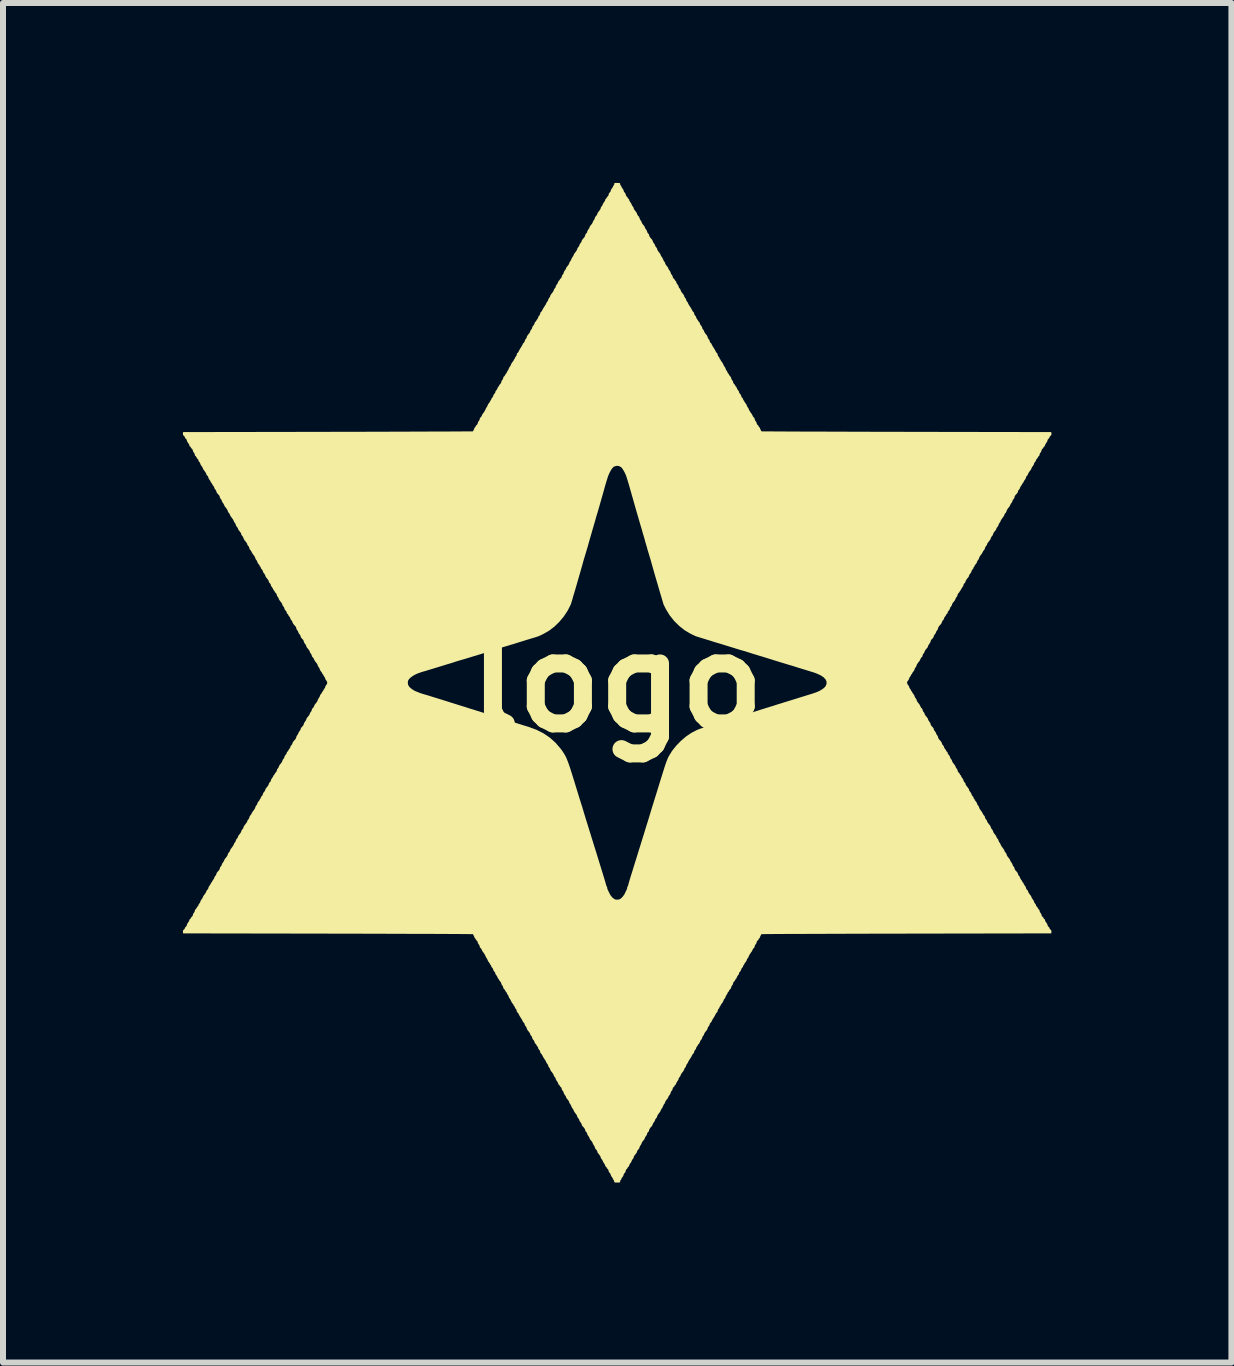
<source format=kicad_pcb>
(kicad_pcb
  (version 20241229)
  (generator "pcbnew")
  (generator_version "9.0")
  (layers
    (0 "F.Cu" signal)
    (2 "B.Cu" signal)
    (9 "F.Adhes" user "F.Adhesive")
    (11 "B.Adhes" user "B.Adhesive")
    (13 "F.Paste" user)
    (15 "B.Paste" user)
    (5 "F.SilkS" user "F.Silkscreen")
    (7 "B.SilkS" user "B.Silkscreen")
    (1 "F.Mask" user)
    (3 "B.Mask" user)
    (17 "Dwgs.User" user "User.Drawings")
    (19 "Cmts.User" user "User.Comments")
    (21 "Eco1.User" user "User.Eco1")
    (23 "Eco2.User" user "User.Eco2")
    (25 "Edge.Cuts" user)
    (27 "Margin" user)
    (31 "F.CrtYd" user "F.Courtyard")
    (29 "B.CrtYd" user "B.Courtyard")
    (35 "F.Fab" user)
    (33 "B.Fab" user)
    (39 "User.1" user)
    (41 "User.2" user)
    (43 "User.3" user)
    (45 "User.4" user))
  (footprint "logo"
    (layer "F.Cu")
    (at 7.24 8.333)
    (property "Reference" "logo" (at 0 0 0) (layer "F.SilkS") (effects (font (size 1.5 1.5) (thickness 0.3))))
    (attr board_only exclude_from_pos_files exclude_from_bom)
    (fp_poly (pts (xy 0.028 -8.333) (xy 0.043 -8.33) (xy 0.049 -8.324) (xy 0.05 -8.313) (xy 0.05 -8.312) (xy 0.053 -8.297) (xy 0.058 -8.292) (xy 0.066 -8.285) (xy 0.067 -8.28) (xy 0.072 -8.266) (xy 0.084 -8.247) (xy 0.087 -8.243) (xy 0.101 -8.223) (xy 0.108 -8.204) (xy 0.108 -8.201) (xy 0.115 -8.183) (xy 0.125 -8.173) (xy 0.138 -8.156) (xy 0.142 -8.142) (xy 0.148 -8.12) (xy 0.158 -8.108) (xy 0.171 -8.095) (xy 0.175 -8.085) (xy 0.182 -8.073) (xy 0.188 -8.07) (xy 0.198 -8.058) (xy 0.2 -8.05) (xy 0.205 -8.034) (xy 0.218 -8.014) (xy 0.221 -8.01) (xy 0.234 -7.99) (xy 0.241 -7.974) (xy 0.242 -7.972) (xy 0.248 -7.956) (xy 0.258 -7.944) (xy 0.271 -7.927) (xy 0.275 -7.914) (xy 0.277 -7.903) (xy 0.285 -7.889) (xy 0.3 -7.868) (xy 0.324 -7.837) (xy 0.325 -7.835) (xy 0.33 -7.826) (xy 0.329 -7.825) (xy 0.329 -7.819) (xy 0.337 -7.804) (xy 0.339 -7.8) (xy 0.35 -7.783) (xy 0.359 -7.775) (xy 0.359 -7.775) (xy 0.365 -7.768) (xy 0.371 -7.751) (xy 0.38 -7.726) (xy 0.392 -7.708) (xy 0.404 -7.69) (xy 0.408 -7.676) (xy 0.414 -7.662) (xy 0.427 -7.643) (xy 0.436 -7.633) (xy 0.451 -7.614) (xy 0.46 -7.599) (xy 0.461 -7.594) (xy 0.464 -7.583) (xy 0.475 -7.565) (xy 0.479 -7.56) (xy 0.493 -7.54) (xy 0.5 -7.521) (xy 0.5 -7.518) (xy 0.507 -7.5) (xy 0.517 -7.49) (xy 0.53 -7.474) (xy 0.533 -7.46) (xy 0.539 -7.441) (xy 0.552 -7.421) (xy 0.574 -7.397) (xy 0.586 -7.381) (xy 0.591 -7.37) (xy 0.592 -7.363) (xy 0.597 -7.35) (xy 0.609 -7.331) (xy 0.613 -7.327) (xy 0.626 -7.307) (xy 0.633 -7.291) (xy 0.633 -7.288) (xy 0.639 -7.273) (xy 0.65 -7.261) (xy 0.663 -7.243) (xy 0.667 -7.229) (xy 0.672 -7.213) (xy 0.686 -7.191) (xy 0.696 -7.179) (xy 0.712 -7.158) (xy 0.723 -7.14) (xy 0.725 -7.133) (xy 0.73 -7.117) (xy 0.74 -7.104) (xy 0.754 -7.084) (xy 0.765 -7.06) (xy 0.775 -7.037) (xy 0.787 -7.02) (xy 0.787 -7.02) (xy 0.798 -7.003) (xy 0.8 -6.993) (xy 0.805 -6.978) (xy 0.819 -6.958) (xy 0.827 -6.948) (xy 0.843 -6.929) (xy 0.851 -6.915) (xy 0.852 -6.91) (xy 0.855 -6.899) (xy 0.866 -6.882) (xy 0.87 -6.877) (xy 0.884 -6.857) (xy 0.891 -6.838) (xy 0.892 -6.836) (xy 0.898 -6.818) (xy 0.908 -6.804) (xy 0.921 -6.786) (xy 0.925 -6.77) (xy 0.932 -6.75) (xy 0.942 -6.74) (xy 0.955 -6.727) (xy 0.958 -6.719) (xy 0.965 -6.706) (xy 0.971 -6.703) (xy 0.982 -6.692) (xy 0.983 -6.683) (xy 0.988 -6.667) (xy 1.001 -6.647) (xy 1.004 -6.643) (xy 1.018 -6.623) (xy 1.025 -6.605) (xy 1.025 -6.603) (xy 1.031 -6.586) (xy 1.042 -6.573) (xy 1.054 -6.556) (xy 1.058 -6.543) (xy 1.064 -6.529) (xy 1.077 -6.508) (xy 1.087 -6.495) (xy 1.104 -6.474) (xy 1.115 -6.455) (xy 1.117 -6.448) (xy 1.122 -6.431) (xy 1.133 -6.417) (xy 1.146 -6.399) (xy 1.15 -6.385) (xy 1.155 -6.368) (xy 1.167 -6.352) (xy 1.179 -6.336) (xy 1.183 -6.324) (xy 1.188 -6.313) (xy 1.2 -6.293) (xy 1.211 -6.276) (xy 1.229 -6.249) (xy 1.243 -6.223) (xy 1.249 -6.211) (xy 1.26 -6.192) (xy 1.271 -6.18) (xy 1.272 -6.18) (xy 1.281 -6.169) (xy 1.283 -6.156) (xy 1.289 -6.135) (xy 1.3 -6.121) (xy 1.313 -6.105) (xy 1.317 -6.092) (xy 1.322 -6.076) (xy 1.332 -6.062) (xy 1.345 -6.044) (xy 1.352 -6.031) (xy 1.36 -6.019) (xy 1.365 -6.017) (xy 1.372 -6.009) (xy 1.378 -5.992) (xy 1.378 -5.992) (xy 1.387 -5.969) (xy 1.4 -5.952) (xy 1.413 -5.935) (xy 1.417 -5.92) (xy 1.423 -5.901) (xy 1.433 -5.888) (xy 1.446 -5.871) (xy 1.45 -5.858) (xy 1.455 -5.844) (xy 1.469 -5.824) (xy 1.479 -5.811) (xy 1.496 -5.79) (xy 1.506 -5.77) (xy 1.508 -5.762) (xy 1.514 -5.743) (xy 1.525 -5.729) (xy 1.538 -5.711) (xy 1.542 -5.696) (xy 1.548 -5.678) (xy 1.558 -5.667) (xy 1.571 -5.654) (xy 1.575 -5.645) (xy 1.579 -5.633) (xy 1.591 -5.613) (xy 1.602 -5.594) (xy 1.62 -5.567) (xy 1.635 -5.54) (xy 1.641 -5.527) (xy 1.651 -5.508) (xy 1.663 -5.497) (xy 1.663 -5.497) (xy 1.672 -5.486) (xy 1.675 -5.471) (xy 1.681 -5.449) (xy 1.692 -5.436) (xy 1.704 -5.419) (xy 1.708 -5.406) (xy 1.712 -5.394) (xy 1.717 -5.392) (xy 1.724 -5.385) (xy 1.725 -5.38) (xy 1.73 -5.367) (xy 1.743 -5.35) (xy 1.745 -5.348) (xy 1.76 -5.327) (xy 1.769 -5.307) (xy 1.77 -5.306) (xy 1.779 -5.285) (xy 1.791 -5.267) (xy 1.804 -5.249) (xy 1.808 -5.235) (xy 1.813 -5.221) (xy 1.825 -5.202) (xy 1.825 -5.202) (xy 1.837 -5.184) (xy 1.842 -5.17) (xy 1.842 -5.17) (xy 1.846 -5.159) (xy 1.849 -5.158) (xy 1.857 -5.151) (xy 1.866 -5.135) (xy 1.866 -5.134) (xy 1.877 -5.115) (xy 1.888 -5.105) (xy 1.897 -5.094) (xy 1.9 -5.081) (xy 1.906 -5.06) (xy 1.917 -5.046) (xy 1.929 -5.027) (xy 1.933 -5.012) (xy 1.94 -4.992) (xy 1.949 -4.982) (xy 1.964 -4.965) (xy 1.97 -4.952) (xy 1.978 -4.938) (xy 1.984 -4.933) (xy 1.99 -4.928) (xy 1.99 -4.927) (xy 1.993 -4.915) (xy 2.002 -4.896) (xy 2.015 -4.877) (xy 2.022 -4.868) (xy 2.032 -4.851) (xy 2.033 -4.841) (xy 2.039 -4.825) (xy 2.046 -4.82) (xy 2.056 -4.809) (xy 2.065 -4.789) (xy 2.067 -4.783) (xy 2.075 -4.762) (xy 2.085 -4.748) (xy 2.088 -4.747) (xy 2.098 -4.736) (xy 2.1 -4.725) (xy 2.103 -4.712) (xy 2.108 -4.708) (xy 2.116 -4.702) (xy 2.117 -4.697) (xy 2.122 -4.684) (xy 2.135 -4.666) (xy 2.136 -4.664) (xy 2.152 -4.643) (xy 2.161 -4.622) (xy 2.161 -4.622) (xy 2.17 -4.601) (xy 2.179 -4.589) (xy 2.189 -4.574) (xy 2.192 -4.566) (xy 2.196 -4.554) (xy 2.207 -4.534) (xy 2.22 -4.512) (xy 2.234 -4.493) (xy 2.242 -4.483) (xy 2.248 -4.473) (xy 2.257 -4.455) (xy 2.257 -4.453) (xy 2.268 -4.433) (xy 2.279 -4.422) (xy 2.28 -4.422) (xy 2.289 -4.411) (xy 2.292 -4.397) (xy 2.298 -4.377) (xy 2.308 -4.362) (xy 2.321 -4.344) (xy 2.325 -4.328) (xy 2.332 -4.308) (xy 2.342 -4.298) (xy 2.355 -4.286) (xy 2.358 -4.278) (xy 2.364 -4.265) (xy 2.371 -4.259) (xy 2.38 -4.248) (xy 2.381 -4.243) (xy 2.384 -4.233) (xy 2.392 -4.216) (xy 2.401 -4.199) (xy 2.406 -4.192) (xy 2.415 -4.191) (xy 2.439 -4.191) (xy 2.479 -4.191) (xy 2.534 -4.19) (xy 2.602 -4.19) (xy 2.684 -4.189) (xy 2.779 -4.189) (xy 2.886 -4.188) (xy 3.004 -4.188) (xy 3.133 -4.187) (xy 3.272 -4.187) (xy 3.421 -4.187) (xy 3.578 -4.186) (xy 3.743 -4.186) (xy 3.916 -4.185) (xy 4.096 -4.185) (xy 4.282 -4.184) (xy 4.473 -4.184) (xy 4.669 -4.184) (xy 4.824 -4.183) (xy 7.237 -4.179) (xy 7.24 -4.153) (xy 7.239 -4.131) (xy 7.227 -4.118) (xy 7.225 -4.117) (xy 7.212 -4.104) (xy 7.208 -4.093) (xy 7.202 -4.078) (xy 7.192 -4.069) (xy 7.178 -4.053) (xy 7.175 -4.041) (xy 7.17 -4.023) (xy 7.157 -4.002) (xy 7.154 -3.998) (xy 7.141 -3.979) (xy 7.134 -3.961) (xy 7.133 -3.959) (xy 7.127 -3.943) (xy 7.121 -3.939) (xy 7.11 -3.929) (xy 7.108 -3.923) (xy 7.102 -3.911) (xy 7.092 -3.902) (xy 7.078 -3.886) (xy 7.075 -3.872) (xy 7.069 -3.852) (xy 7.058 -3.837) (xy 7.046 -3.819) (xy 7.042 -3.803) (xy 7.039 -3.788) (xy 7.035 -3.783) (xy 7.027 -3.777) (xy 7.015 -3.76) (xy 7.012 -3.754) (xy 7.001 -3.736) (xy 6.991 -3.726) (xy 6.99 -3.725) (xy 6.984 -3.718) (xy 6.983 -3.71) (xy 6.977 -3.694) (xy 6.967 -3.681) (xy 6.954 -3.665) (xy 6.95 -3.651) (xy 6.945 -3.635) (xy 6.932 -3.615) (xy 6.929 -3.612) (xy 6.916 -3.593) (xy 6.909 -3.578) (xy 6.908 -3.576) (xy 6.903 -3.563) (xy 6.891 -3.543) (xy 6.879 -3.529) (xy 6.863 -3.506) (xy 6.852 -3.486) (xy 6.85 -3.478) (xy 6.843 -3.461) (xy 6.833 -3.452) (xy 6.82 -3.437) (xy 6.817 -3.424) (xy 6.811 -3.406) (xy 6.799 -3.385) (xy 6.796 -3.382) (xy 6.782 -3.363) (xy 6.775 -3.347) (xy 6.775 -3.345) (xy 6.771 -3.335) (xy 6.767 -3.333) (xy 6.759 -3.326) (xy 6.754 -3.315) (xy 6.743 -3.295) (xy 6.732 -3.28) (xy 6.721 -3.263) (xy 6.717 -3.25) (xy 6.711 -3.234) (xy 6.7 -3.221) (xy 6.687 -3.204) (xy 6.683 -3.19) (xy 6.678 -3.173) (xy 6.666 -3.156) (xy 6.649 -3.138) (xy 6.637 -3.124) (xy 6.627 -3.106) (xy 6.625 -3.094) (xy 6.619 -3.076) (xy 6.608 -3.062) (xy 6.596 -3.046) (xy 6.592 -3.033) (xy 6.586 -3.017) (xy 6.575 -3) (xy 6.561 -2.98) (xy 6.553 -2.964) (xy 6.546 -2.946) (xy 6.541 -2.938) (xy 6.531 -2.926) (xy 6.516 -2.908) (xy 6.513 -2.903) (xy 6.499 -2.882) (xy 6.492 -2.864) (xy 6.492 -2.861) (xy 6.486 -2.844) (xy 6.475 -2.831) (xy 6.462 -2.816) (xy 6.458 -2.804) (xy 6.453 -2.791) (xy 6.441 -2.77) (xy 6.425 -2.749) (xy 6.408 -2.725) (xy 6.396 -2.705) (xy 6.392 -2.695) (xy 6.386 -2.68) (xy 6.375 -2.665) (xy 6.363 -2.646) (xy 6.358 -2.631) (xy 6.352 -2.614) (xy 6.342 -2.601) (xy 6.328 -2.584) (xy 6.323 -2.571) (xy 6.316 -2.551) (xy 6.308 -2.541) (xy 6.282 -2.508) (xy 6.268 -2.483) (xy 6.267 -2.475) (xy 6.261 -2.459) (xy 6.251 -2.447) (xy 6.236 -2.427) (xy 6.23 -2.411) (xy 6.223 -2.391) (xy 6.216 -2.381) (xy 6.192 -2.35) (xy 6.177 -2.33) (xy 6.169 -2.317) (xy 6.167 -2.308) (xy 6.167 -2.306) (xy 6.161 -2.292) (xy 6.15 -2.279) (xy 6.137 -2.261) (xy 6.133 -2.246) (xy 6.127 -2.226) (xy 6.117 -2.213) (xy 6.102 -2.194) (xy 6.095 -2.18) (xy 6.087 -2.164) (xy 6.072 -2.141) (xy 6.061 -2.128) (xy 6.045 -2.105) (xy 6.035 -2.085) (xy 6.033 -2.077) (xy 6.027 -2.059) (xy 6.017 -2.046) (xy 6.004 -2.029) (xy 6 -2.016) (xy 5.995 -2) (xy 5.981 -1.981) (xy 5.979 -1.978) (xy 5.965 -1.961) (xy 5.958 -1.946) (xy 5.958 -1.945) (xy 5.953 -1.934) (xy 5.95 -1.933) (xy 5.943 -1.926) (xy 5.942 -1.919) (xy 5.936 -1.902) (xy 5.925 -1.889) (xy 5.912 -1.873) (xy 5.908 -1.86) (xy 5.903 -1.843) (xy 5.89 -1.824) (xy 5.888 -1.822) (xy 5.874 -1.803) (xy 5.867 -1.788) (xy 5.867 -1.787) (xy 5.862 -1.769) (xy 5.858 -1.764) (xy 5.834 -1.734) (xy 5.819 -1.713) (xy 5.811 -1.698) (xy 5.808 -1.688) (xy 5.808 -1.686) (xy 5.802 -1.67) (xy 5.792 -1.66) (xy 5.778 -1.645) (xy 5.775 -1.632) (xy 5.77 -1.615) (xy 5.757 -1.594) (xy 5.754 -1.59) (xy 5.741 -1.571) (xy 5.734 -1.556) (xy 5.733 -1.554) (xy 5.729 -1.543) (xy 5.726 -1.542) (xy 5.717 -1.535) (xy 5.712 -1.523) (xy 5.7 -1.503) (xy 5.69 -1.493) (xy 5.678 -1.477) (xy 5.675 -1.463) (xy 5.669 -1.443) (xy 5.658 -1.429) (xy 5.646 -1.413) (xy 5.642 -1.399) (xy 5.636 -1.385) (xy 5.623 -1.364) (xy 5.613 -1.353) (xy 5.596 -1.331) (xy 5.585 -1.312) (xy 5.583 -1.304) (xy 5.577 -1.286) (xy 5.567 -1.273) (xy 5.554 -1.256) (xy 5.55 -1.243) (xy 5.545 -1.227) (xy 5.532 -1.207) (xy 5.529 -1.203) (xy 5.515 -1.185) (xy 5.509 -1.173) (xy 5.509 -1.161) (xy 5.503 -1.153) (xy 5.497 -1.148) (xy 5.485 -1.137) (xy 5.483 -1.13) (xy 5.478 -1.117) (xy 5.467 -1.104) (xy 5.454 -1.087) (xy 5.45 -1.073) (xy 5.444 -1.055) (xy 5.433 -1.043) (xy 5.42 -1.026) (xy 5.414 -1.012) (xy 5.411 -0.999) (xy 5.403 -0.985) (xy 5.387 -0.966) (xy 5.369 -0.946) (xy 5.356 -0.927) (xy 5.35 -0.908) (xy 5.35 -0.908) (xy 5.345 -0.89) (xy 5.333 -0.873) (xy 5.321 -0.856) (xy 5.317 -0.843) (xy 5.312 -0.83) (xy 5.299 -0.811) (xy 5.295 -0.806) (xy 5.283 -0.788) (xy 5.277 -0.775) (xy 5.277 -0.772) (xy 5.277 -0.766) (xy 5.273 -0.757) (xy 5.261 -0.742) (xy 5.239 -0.718) (xy 5.237 -0.716) (xy 5.227 -0.698) (xy 5.225 -0.688) (xy 5.22 -0.672) (xy 5.207 -0.652) (xy 5.204 -0.648) (xy 5.191 -0.629) (xy 5.184 -0.614) (xy 5.183 -0.612) (xy 5.178 -0.594) (xy 5.175 -0.589) (xy 5.15 -0.559) (xy 5.135 -0.539) (xy 5.127 -0.526) (xy 5.125 -0.516) (xy 5.125 -0.516) (xy 5.119 -0.501) (xy 5.108 -0.487) (xy 5.096 -0.469) (xy 5.092 -0.453) (xy 5.087 -0.436) (xy 5.08 -0.428) (xy 5.069 -0.418) (xy 5.058 -0.399) (xy 5.057 -0.397) (xy 5.048 -0.377) (xy 5.04 -0.363) (xy 5.04 -0.362) (xy 5.031 -0.351) (xy 5.016 -0.333) (xy 5.013 -0.328) (xy 4.999 -0.308) (xy 4.992 -0.291) (xy 4.992 -0.288) (xy 4.986 -0.272) (xy 4.975 -0.256) (xy 4.963 -0.238) (xy 4.958 -0.224) (xy 4.953 -0.208) (xy 4.94 -0.189) (xy 4.938 -0.187) (xy 4.924 -0.169) (xy 4.917 -0.154) (xy 4.917 -0.153) (xy 4.912 -0.143) (xy 4.908 -0.142) (xy 4.901 -0.135) (xy 4.9 -0.13) (xy 4.895 -0.116) (xy 4.883 -0.1) (xy 4.871 -0.082) (xy 4.867 -0.067) (xy 4.861 -0.051) (xy 4.85 -0.037) (xy 4.837 -0.018) (xy 4.833 -0.000001) (xy 4.839 0.023) (xy 4.85 0.037) (xy 4.863 0.054) (xy 4.867 0.067) (xy 4.872 0.083) (xy 4.883 0.1) (xy 4.895 0.117) (xy 4.9 0.13) (xy 4.905 0.141) (xy 4.908 0.142) (xy 4.916 0.148) (xy 4.917 0.153) (xy 4.922 0.166) (xy 4.935 0.184) (xy 4.938 0.187) (xy 4.951 0.206) (xy 4.958 0.222) (xy 4.958 0.224) (xy 4.964 0.24) (xy 4.975 0.256) (xy 4.987 0.274) (xy 4.992 0.288) (xy 4.997 0.303) (xy 5.009 0.323) (xy 5.013 0.328) (xy 5.028 0.347) (xy 5.039 0.361) (xy 5.04 0.362) (xy 5.047 0.376) (xy 5.057 0.396) (xy 5.057 0.397) (xy 5.068 0.417) (xy 5.079 0.428) (xy 5.08 0.428) (xy 5.089 0.439) (xy 5.092 0.453) (xy 5.098 0.473) (xy 5.108 0.487) (xy 5.121 0.504) (xy 5.125 0.516) (xy 5.127 0.525) (xy 5.135 0.539) (xy 5.15 0.559) (xy 5.174 0.589) (xy 5.175 0.589) (xy 5.183 0.606) (xy 5.183 0.612) (xy 5.188 0.625) (xy 5.201 0.644) (xy 5.204 0.648) (xy 5.218 0.668) (xy 5.225 0.686) (xy 5.225 0.688) (xy 5.23 0.706) (xy 5.237 0.716) (xy 5.259 0.74) (xy 5.272 0.756) (xy 5.277 0.765) (xy 5.277 0.772) (xy 5.277 0.772) (xy 5.28 0.784) (xy 5.291 0.801) (xy 5.295 0.806) (xy 5.309 0.825) (xy 5.316 0.841) (xy 5.317 0.843) (xy 5.322 0.858) (xy 5.333 0.873) (xy 5.346 0.892) (xy 5.35 0.908) (xy 5.355 0.927) (xy 5.369 0.946) (xy 5.369 0.946) (xy 5.392 0.971) (xy 5.405 0.989) (xy 5.412 1.002) (xy 5.414 1.012) (xy 5.422 1.031) (xy 5.433 1.043) (xy 5.446 1.06) (xy 5.45 1.073) (xy 5.456 1.091) (xy 5.467 1.104) (xy 5.479 1.119) (xy 5.483 1.13) (xy 5.49 1.143) (xy 5.497 1.148) (xy 5.507 1.157) (xy 5.509 1.161) (xy 5.509 1.174) (xy 5.515 1.186) (xy 5.529 1.203) (xy 5.543 1.223) (xy 5.55 1.241) (xy 5.55 1.243) (xy 5.556 1.26) (xy 5.567 1.273) (xy 5.579 1.29) (xy 5.583 1.304) (xy 5.589 1.32) (xy 5.603 1.341) (xy 5.613 1.353) (xy 5.629 1.374) (xy 5.64 1.392) (xy 5.642 1.399) (xy 5.648 1.416) (xy 5.658 1.429) (xy 5.671 1.448) (xy 5.675 1.463) (xy 5.681 1.483) (xy 5.69 1.493) (xy 5.706 1.51) (xy 5.712 1.523) (xy 5.719 1.537) (xy 5.726 1.542) (xy 5.733 1.548) (xy 5.733 1.554) (xy 5.738 1.567) (xy 5.751 1.586) (xy 5.754 1.59) (xy 5.768 1.611) (xy 5.775 1.63) (xy 5.775 1.632) (xy 5.782 1.65) (xy 5.792 1.66) (xy 5.805 1.675) (xy 5.808 1.686) (xy 5.81 1.697) (xy 5.817 1.71) (xy 5.832 1.73) (xy 5.855 1.76) (xy 5.858 1.764) (xy 5.866 1.781) (xy 5.867 1.787) (xy 5.872 1.801) (xy 5.885 1.819) (xy 5.888 1.822) (xy 5.901 1.841) (xy 5.908 1.858) (xy 5.908 1.86) (xy 5.914 1.877) (xy 5.925 1.889) (xy 5.938 1.906) (xy 5.942 1.919) (xy 5.946 1.931) (xy 5.95 1.933) (xy 5.958 1.94) (xy 5.958 1.945) (xy 5.964 1.958) (xy 5.977 1.976) (xy 5.979 1.978) (xy 5.993 1.997) (xy 6 2.014) (xy 6 2.016) (xy 6.006 2.032) (xy 6.017 2.046) (xy 6.029 2.063) (xy 6.033 2.077) (xy 6.038 2.092) (xy 6.051 2.114) (xy 6.061 2.128) (xy 6.079 2.151) (xy 6.091 2.172) (xy 6.095 2.18) (xy 6.105 2.2) (xy 6.117 2.213) (xy 6.13 2.231) (xy 6.133 2.246) (xy 6.139 2.265) (xy 6.15 2.279) (xy 6.163 2.295) (xy 6.167 2.306) (xy 6.169 2.315) (xy 6.175 2.327) (xy 6.189 2.346) (xy 6.212 2.375) (xy 6.216 2.381) (xy 6.225 2.396) (xy 6.23 2.411) (xy 6.24 2.434) (xy 6.251 2.447) (xy 6.263 2.463) (xy 6.267 2.475) (xy 6.273 2.495) (xy 6.294 2.524) (xy 6.308 2.541) (xy 6.32 2.56) (xy 6.323 2.571) (xy 6.332 2.589) (xy 6.342 2.601) (xy 6.355 2.618) (xy 6.358 2.631) (xy 6.364 2.649) (xy 6.375 2.665) (xy 6.387 2.682) (xy 6.392 2.695) (xy 6.397 2.707) (xy 6.409 2.728) (xy 6.425 2.749) (xy 6.442 2.773) (xy 6.454 2.793) (xy 6.458 2.804) (xy 6.464 2.819) (xy 6.475 2.831) (xy 6.488 2.848) (xy 6.492 2.861) (xy 6.497 2.877) (xy 6.509 2.898) (xy 6.513 2.903) (xy 6.528 2.922) (xy 6.539 2.936) (xy 6.541 2.938) (xy 6.549 2.953) (xy 6.553 2.964) (xy 6.563 2.983) (xy 6.575 3) (xy 6.587 3.019) (xy 6.592 3.033) (xy 6.597 3.049) (xy 6.608 3.062) (xy 6.621 3.08) (xy 6.625 3.094) (xy 6.63 3.114) (xy 6.637 3.124) (xy 6.652 3.14) (xy 6.666 3.156) (xy 6.679 3.175) (xy 6.683 3.19) (xy 6.689 3.207) (xy 6.7 3.221) (xy 6.713 3.237) (xy 6.717 3.25) (xy 6.722 3.266) (xy 6.732 3.28) (xy 6.747 3.3) (xy 6.754 3.315) (xy 6.761 3.329) (xy 6.767 3.333) (xy 6.774 3.34) (xy 6.775 3.345) (xy 6.78 3.359) (xy 6.793 3.378) (xy 6.796 3.382) (xy 6.81 3.402) (xy 6.816 3.421) (xy 6.817 3.424) (xy 6.823 3.442) (xy 6.833 3.452) (xy 6.847 3.466) (xy 6.85 3.478) (xy 6.855 3.492) (xy 6.868 3.514) (xy 6.879 3.529) (xy 6.895 3.55) (xy 6.906 3.568) (xy 6.908 3.576) (xy 6.913 3.589) (xy 6.926 3.608) (xy 6.929 3.612) (xy 6.943 3.632) (xy 6.95 3.649) (xy 6.95 3.651) (xy 6.956 3.668) (xy 6.967 3.681) (xy 6.979 3.697) (xy 6.983 3.71) (xy 6.986 3.723) (xy 6.99 3.725) (xy 6.997 3.732) (xy 7.009 3.748) (xy 7.012 3.754) (xy 7.023 3.773) (xy 7.033 3.783) (xy 7.035 3.783) (xy 7.04 3.79) (xy 7.042 3.803) (xy 7.048 3.823) (xy 7.058 3.837) (xy 7.071 3.856) (xy 7.075 3.872) (xy 7.082 3.892) (xy 7.092 3.902) (xy 7.105 3.914) (xy 7.108 3.923) (xy 7.115 3.935) (xy 7.121 3.939) (xy 7.132 3.95) (xy 7.133 3.959) (xy 7.138 3.975) (xy 7.151 3.995) (xy 7.154 3.998) (xy 7.168 4.019) (xy 7.175 4.038) (xy 7.175 4.041) (xy 7.182 4.059) (xy 7.192 4.069) (xy 7.205 4.082) (xy 7.208 4.093) (xy 7.215 4.108) (xy 7.225 4.117) (xy 7.238 4.129) (xy 7.24 4.15) (xy 7.24 4.153) (xy 7.237 4.179) (xy 4.824 4.183) (xy 4.624 4.184) (xy 4.429 4.184) (xy 4.239 4.184) (xy 4.054 4.185) (xy 3.876 4.185) (xy 3.705 4.186) (xy 3.541 4.186) (xy 3.386 4.187) (xy 3.239 4.187) (xy 3.103 4.188) (xy 2.976 4.188) (xy 2.86 4.188) (xy 2.756 4.189) (xy 2.664 4.189) (xy 2.585 4.19) (xy 2.52 4.19) (xy 2.469 4.191) (xy 2.432 4.191) (xy 2.411 4.191) (xy 2.406 4.192) (xy 2.398 4.204) (xy 2.389 4.222) (xy 2.382 4.237) (xy 2.381 4.243) (xy 2.377 4.252) (xy 2.371 4.259) (xy 2.36 4.272) (xy 2.358 4.278) (xy 2.352 4.29) (xy 2.342 4.298) (xy 2.328 4.314) (xy 2.325 4.328) (xy 2.319 4.348) (xy 2.308 4.362) (xy 2.296 4.381) (xy 2.292 4.397) (xy 2.287 4.414) (xy 2.28 4.422) (xy 2.269 4.432) (xy 2.258 4.451) (xy 2.257 4.453) (xy 2.249 4.472) (xy 2.243 4.483) (xy 2.242 4.483) (xy 2.232 4.496) (xy 2.218 4.516) (xy 2.205 4.538) (xy 2.195 4.557) (xy 2.192 4.566) (xy 2.186 4.58) (xy 2.179 4.589) (xy 2.167 4.607) (xy 2.161 4.622) (xy 2.152 4.643) (xy 2.137 4.664) (xy 2.136 4.664) (xy 2.123 4.682) (xy 2.117 4.696) (xy 2.117 4.697) (xy 2.112 4.707) (xy 2.108 4.708) (xy 2.102 4.715) (xy 2.1 4.725) (xy 2.095 4.741) (xy 2.088 4.747) (xy 2.078 4.758) (xy 2.068 4.778) (xy 2.067 4.783) (xy 2.058 4.805) (xy 2.048 4.818) (xy 2.046 4.82) (xy 2.035 4.831) (xy 2.033 4.841) (xy 2.028 4.86) (xy 2.022 4.868) (xy 2.009 4.884) (xy 1.998 4.904) (xy 1.99 4.921) (xy 1.99 4.927) (xy 1.986 4.933) (xy 1.984 4.933) (xy 1.976 4.94) (xy 1.97 4.952) (xy 1.959 4.972) (xy 1.949 4.982) (xy 1.936 4.998) (xy 1.933 5.012) (xy 1.927 5.032) (xy 1.917 5.046) (xy 1.904 5.065) (xy 1.9 5.081) (xy 1.896 5.098) (xy 1.888 5.105) (xy 1.877 5.115) (xy 1.866 5.134) (xy 1.857 5.151) (xy 1.849 5.158) (xy 1.849 5.158) (xy 1.842 5.165) (xy 1.842 5.17) (xy 1.837 5.184) (xy 1.825 5.202) (xy 1.825 5.202) (xy 1.813 5.221) (xy 1.808 5.235) (xy 1.808 5.235) (xy 1.803 5.25) (xy 1.791 5.267) (xy 1.777 5.288) (xy 1.77 5.306) (xy 1.76 5.327) (xy 1.745 5.347) (xy 1.745 5.348) (xy 1.731 5.365) (xy 1.725 5.379) (xy 1.725 5.38) (xy 1.72 5.391) (xy 1.717 5.392) (xy 1.71 5.399) (xy 1.708 5.406) (xy 1.702 5.423) (xy 1.692 5.436) (xy 1.679 5.454) (xy 1.675 5.471) (xy 1.671 5.489) (xy 1.663 5.497) (xy 1.652 5.507) (xy 1.641 5.526) (xy 1.641 5.527) (xy 1.63 5.549) (xy 1.614 5.577) (xy 1.602 5.594) (xy 1.588 5.618) (xy 1.578 5.637) (xy 1.575 5.645) (xy 1.569 5.657) (xy 1.558 5.667) (xy 1.545 5.683) (xy 1.542 5.696) (xy 1.536 5.715) (xy 1.525 5.729) (xy 1.512 5.747) (xy 1.508 5.762) (xy 1.503 5.778) (xy 1.489 5.799) (xy 1.479 5.811) (xy 1.462 5.832) (xy 1.452 5.851) (xy 1.45 5.858) (xy 1.444 5.874) (xy 1.433 5.888) (xy 1.421 5.905) (xy 1.417 5.92) (xy 1.411 5.939) (xy 1.4 5.952) (xy 1.385 5.972) (xy 1.378 5.991) (xy 1.371 6.01) (xy 1.362 6.02) (xy 1.351 6.029) (xy 1.35 6.033) (xy 1.345 6.046) (xy 1.333 6.06) (xy 1.321 6.078) (xy 1.317 6.092) (xy 1.311 6.108) (xy 1.3 6.121) (xy 1.287 6.14) (xy 1.283 6.156) (xy 1.279 6.173) (xy 1.272 6.18) (xy 1.261 6.19) (xy 1.25 6.209) (xy 1.249 6.211) (xy 1.238 6.233) (xy 1.221 6.261) (xy 1.211 6.276) (xy 1.196 6.299) (xy 1.186 6.317) (xy 1.183 6.324) (xy 1.178 6.337) (xy 1.167 6.352) (xy 1.154 6.37) (xy 1.15 6.385) (xy 1.144 6.402) (xy 1.133 6.417) (xy 1.121 6.434) (xy 1.117 6.448) (xy 1.111 6.462) (xy 1.098 6.483) (xy 1.087 6.495) (xy 1.071 6.517) (xy 1.06 6.536) (xy 1.058 6.543) (xy 1.052 6.56) (xy 1.042 6.573) (xy 1.029 6.589) (xy 1.025 6.603) (xy 1.02 6.619) (xy 1.007 6.639) (xy 1.004 6.643) (xy 0.991 6.663) (xy 0.984 6.681) (xy 0.983 6.683) (xy 0.977 6.698) (xy 0.971 6.703) (xy 0.96 6.713) (xy 0.958 6.719) (xy 0.952 6.731) (xy 0.942 6.74) (xy 0.928 6.756) (xy 0.925 6.77) (xy 0.919 6.79) (xy 0.908 6.804) (xy 0.896 6.821) (xy 0.892 6.836) (xy 0.887 6.852) (xy 0.874 6.873) (xy 0.87 6.877) (xy 0.858 6.895) (xy 0.852 6.908) (xy 0.852 6.91) (xy 0.848 6.921) (xy 0.836 6.938) (xy 0.827 6.948) (xy 0.811 6.969) (xy 0.801 6.987) (xy 0.8 6.993) (xy 0.794 7.01) (xy 0.787 7.02) (xy 0.775 7.037) (xy 0.765 7.06) (xy 0.765 7.06) (xy 0.754 7.084) (xy 0.74 7.104) (xy 0.729 7.121) (xy 0.725 7.133) (xy 0.72 7.146) (xy 0.706 7.166) (xy 0.696 7.179) (xy 0.679 7.201) (xy 0.669 7.221) (xy 0.667 7.229) (xy 0.661 7.247) (xy 0.65 7.261) (xy 0.637 7.276) (xy 0.633 7.288) (xy 0.628 7.303) (xy 0.616 7.323) (xy 0.613 7.327) (xy 0.599 7.346) (xy 0.592 7.361) (xy 0.592 7.363) (xy 0.59 7.374) (xy 0.582 7.386) (xy 0.567 7.405) (xy 0.552 7.421) (xy 0.539 7.441) (xy 0.533 7.46) (xy 0.527 7.48) (xy 0.517 7.49) (xy 0.503 7.505) (xy 0.5 7.518) (xy 0.495 7.535) (xy 0.482 7.556) (xy 0.479 7.56) (xy 0.466 7.578) (xy 0.46 7.592) (xy 0.461 7.594) (xy 0.457 7.605) (xy 0.445 7.622) (xy 0.436 7.633) (xy 0.42 7.653) (xy 0.41 7.67) (xy 0.408 7.676) (xy 0.403 7.692) (xy 0.392 7.708) (xy 0.378 7.73) (xy 0.371 7.751) (xy 0.365 7.768) (xy 0.359 7.775) (xy 0.352 7.781) (xy 0.34 7.797) (xy 0.339 7.8) (xy 0.33 7.816) (xy 0.328 7.825) (xy 0.329 7.825) (xy 0.329 7.83) (xy 0.325 7.835) (xy 0.301 7.866) (xy 0.285 7.888) (xy 0.277 7.902) (xy 0.275 7.913) (xy 0.275 7.914) (xy 0.269 7.931) (xy 0.258 7.944) (xy 0.246 7.96) (xy 0.242 7.972) (xy 0.237 7.986) (xy 0.224 8.006) (xy 0.221 8.01) (xy 0.207 8.03) (xy 0.2 8.047) (xy 0.2 8.05) (xy 0.194 8.065) (xy 0.188 8.07) (xy 0.176 8.08) (xy 0.175 8.085) (xy 0.169 8.098) (xy 0.158 8.108) (xy 0.145 8.126) (xy 0.142 8.142) (xy 0.135 8.163) (xy 0.125 8.173) (xy 0.112 8.188) (xy 0.108 8.201) (xy 0.103 8.219) (xy 0.09 8.24) (xy 0.087 8.243) (xy 0.074 8.262) (xy 0.067 8.278) (xy 0.067 8.28) (xy 0.062 8.29) (xy 0.058 8.292) (xy 0.052 8.299) (xy 0.05 8.312) (xy 0.049 8.324) (xy 0.043 8.33) (xy 0.029 8.333) (xy 0.002 8.333) (xy 0 8.333) (xy -0.028 8.333) (xy -0.043 8.33) (xy -0.049 8.324) (xy -0.05 8.313) (xy -0.05 8.312) (xy -0.053 8.297) (xy -0.058 8.292) (xy -0.066 8.285) (xy -0.067 8.28) (xy -0.072 8.266) (xy -0.084 8.247) (xy -0.087 8.243) (xy -0.101 8.223) (xy -0.108 8.204) (xy -0.108 8.201) (xy -0.115 8.183) (xy -0.125 8.173) (xy -0.138 8.156) (xy -0.142 8.142) (xy -0.148 8.12) (xy -0.158 8.108) (xy -0.171 8.095) (xy -0.175 8.085) (xy -0.182 8.073) (xy -0.188 8.07) (xy -0.198 8.058) (xy -0.2 8.05) (xy -0.205 8.034) (xy -0.218 8.014) (xy -0.221 8.01) (xy -0.234 7.99) (xy -0.241 7.974) (xy -0.242 7.972) (xy -0.248 7.956) (xy -0.258 7.944) (xy -0.271 7.927) (xy -0.275 7.914) (xy -0.277 7.903) (xy -0.285 7.889) (xy -0.3 7.868) (xy -0.324 7.837) (xy -0.325 7.835) (xy -0.33 7.826) (xy -0.329 7.825) (xy -0.329 7.819) (xy -0.337 7.804) (xy -0.339 7.8) (xy -0.35 7.783) (xy -0.359 7.775) (xy -0.359 7.775) (xy -0.365 7.768) (xy -0.371 7.751) (xy -0.38 7.726) (xy -0.392 7.708) (xy -0.404 7.69) (xy -0.408 7.676) (xy -0.414 7.662) (xy -0.427 7.643) (xy -0.436 7.633) (xy -0.451 7.614) (xy -0.46 7.599) (xy -0.461 7.594) (xy -0.464 7.583) (xy -0.475 7.565) (xy -0.479 7.56) (xy -0.493 7.54) (xy -0.5 7.521) (xy -0.5 7.518) (xy -0.507 7.5) (xy -0.517 7.49) (xy -0.53 7.474) (xy -0.533 7.46) (xy -0.539 7.441) (xy -0.552 7.421) (xy -0.574 7.397) (xy -0.586 7.381) (xy -0.591 7.37) (xy -0.592 7.363) (xy -0.597 7.35) (xy -0.609 7.331) (xy -0.613 7.327) (xy -0.626 7.307) (xy -0.633 7.291) (xy -0.633 7.288) (xy -0.639 7.273) (xy -0.65 7.261) (xy -0.663 7.243) (xy -0.667 7.229) (xy -0.672 7.213) (xy -0.686 7.191) (xy -0.696 7.179) (xy -0.712 7.158) (xy -0.723 7.14) (xy -0.725 7.133) (xy -0.73 7.117) (xy -0.74 7.104) (xy -0.754 7.084) (xy -0.765 7.06) (xy -0.775 7.037) (xy -0.787 7.02) (xy -0.787 7.02) (xy -0.798 7.003) (xy -0.8 6.993) (xy -0.805 6.978) (xy -0.819 6.958) (xy -0.827 6.948) (xy -0.843 6.929) (xy -0.851 6.915) (xy -0.852 6.91) (xy -0.855 6.899) (xy -0.866 6.882) (xy -0.87 6.877) (xy -0.884 6.857) (xy -0.891 6.838) (xy -0.892 6.836) (xy -0.898 6.818) (xy -0.908 6.804) (xy -0.921 6.786) (xy -0.925 6.77) (xy -0.932 6.75) (xy -0.942 6.74) (xy -0.955 6.727) (xy -0.958 6.719) (xy -0.965 6.706) (xy -0.971 6.703) (xy -0.982 6.692) (xy -0.983 6.683) (xy -0.988 6.667) (xy -1.001 6.647) (xy -1.004 6.643) (xy -1.018 6.623) (xy -1.025 6.605) (xy -1.025 6.603) (xy -1.031 6.586) (xy -1.042 6.573) (xy -1.054 6.556) (xy -1.058 6.543) (xy -1.064 6.529) (xy -1.077 6.508) (xy -1.087 6.495) (xy -1.104 6.474) (xy -1.115 6.455) (xy -1.117 6.448) (xy -1.122 6.431) (xy -1.133 6.417) (xy -1.146 6.399) (xy -1.15 6.385) (xy -1.155 6.368) (xy -1.167 6.352) (xy -1.179 6.336) (xy -1.183 6.324) (xy -1.188 6.313) (xy -1.2 6.293) (xy -1.211 6.276) (xy -1.229 6.249) (xy -1.243 6.223) (xy -1.249 6.211) (xy -1.26 6.192) (xy -1.271 6.18) (xy -1.272 6.18) (xy -1.281 6.169) (xy -1.283 6.156) (xy -1.289 6.135) (xy -1.3 6.121) (xy -1.313 6.105) (xy -1.317 6.092) (xy -1.322 6.076) (xy -1.333 6.06) (xy -1.345 6.044) (xy -1.35 6.033) (xy -1.357 6.023) (xy -1.362 6.02) (xy -1.371 6.009) (xy -1.378 5.991) (xy -1.387 5.968) (xy -1.4 5.952) (xy -1.413 5.935) (xy -1.417 5.92) (xy -1.423 5.901) (xy -1.433 5.888) (xy -1.446 5.871) (xy -1.45 5.858) (xy -1.455 5.844) (xy -1.469 5.824) (xy -1.479 5.811) (xy -1.496 5.79) (xy -1.506 5.77) (xy -1.508 5.762) (xy -1.514 5.743) (xy -1.525 5.729) (xy -1.538 5.711) (xy -1.542 5.696) (xy -1.548 5.678) (xy -1.558 5.667) (xy -1.571 5.654) (xy -1.575 5.645) (xy -1.579 5.633) (xy -1.591 5.613) (xy -1.602 5.594) (xy -1.62 5.567) (xy -1.635 5.54) (xy -1.641 5.527) (xy -1.651 5.508) (xy -1.663 5.497) (xy -1.663 5.497) (xy -1.672 5.486) (xy -1.675 5.471) (xy -1.681 5.449) (xy -1.692 5.436) (xy -1.704 5.419) (xy -1.708 5.406) (xy -1.712 5.394) (xy -1.717 5.392) (xy -1.724 5.385) (xy -1.725 5.38) (xy -1.73 5.367) (xy -1.743 5.35) (xy -1.745 5.348) (xy -1.76 5.327) (xy -1.769 5.307) (xy -1.77 5.306) (xy -1.779 5.285) (xy -1.791 5.267) (xy -1.804 5.249) (xy -1.808 5.235) (xy -1.813 5.221) (xy -1.825 5.202) (xy -1.825 5.202) (xy -1.837 5.184) (xy -1.842 5.17) (xy -1.842 5.17) (xy -1.846 5.159) (xy -1.849 5.158) (xy -1.857 5.151) (xy -1.866 5.135) (xy -1.866 5.134) (xy -1.877 5.115) (xy -1.888 5.105) (xy -1.897 5.094) (xy -1.9 5.081) (xy -1.906 5.06) (xy -1.917 5.046) (xy -1.929 5.027) (xy -1.933 5.012) (xy -1.94 4.992) (xy -1.949 4.982) (xy -1.964 4.965) (xy -1.97 4.952) (xy -1.978 4.938) (xy -1.984 4.933) (xy -1.99 4.928) (xy -1.99 4.927) (xy -1.993 4.915) (xy -2.002 4.896) (xy -2.015 4.877) (xy -2.022 4.868) (xy -2.032 4.851) (xy -2.033 4.841) (xy -2.039 4.825) (xy -2.046 4.82) (xy -2.056 4.809) (xy -2.065 4.789) (xy -2.067 4.783) (xy -2.075 4.762) (xy -2.085 4.748) (xy -2.088 4.747) (xy -2.098 4.736) (xy -2.1 4.725) (xy -2.103 4.712) (xy -2.108 4.708) (xy -2.116 4.702) (xy -2.117 4.697) (xy -2.122 4.684) (xy -2.135 4.666) (xy -2.136 4.664) (xy -2.152 4.643) (xy -2.161 4.622) (xy -2.161 4.622) (xy -2.17 4.601) (xy -2.179 4.589) (xy -2.189 4.574) (xy -2.192 4.566) (xy -2.196 4.554) (xy -2.207 4.534) (xy -2.22 4.512) (xy -2.234 4.493) (xy -2.242 4.483) (xy -2.248 4.473) (xy -2.257 4.455) (xy -2.257 4.453) (xy -2.268 4.433) (xy -2.279 4.422) (xy -2.28 4.422) (xy -2.289 4.411) (xy -2.292 4.397) (xy -2.298 4.377) (xy -2.308 4.362) (xy -2.321 4.344) (xy -2.325 4.328) (xy -2.332 4.308) (xy -2.342 4.298) (xy -2.355 4.286) (xy -2.358 4.278) (xy -2.364 4.265) (xy -2.371 4.259) (xy -2.38 4.248) (xy -2.381 4.243) (xy -2.384 4.233) (xy -2.392 4.216) (xy -2.401 4.199) (xy -2.406 4.192) (xy -2.415 4.191) (xy -2.439 4.191) (xy -2.479 4.191) (xy -2.534 4.19) (xy -2.602 4.19) (xy -2.684 4.189) (xy -2.779 4.189) (xy -2.886 4.188) (xy -3.004 4.188) (xy -3.133 4.187) (xy -3.272 4.187) (xy -3.421 4.187) (xy -3.578 4.186) (xy -3.743 4.186) (xy -3.916 4.185) (xy -4.096 4.185) (xy -4.282 4.184) (xy -4.473 4.184) (xy -4.669 4.184) (xy -4.824 4.183) (xy -7.237 4.179) (xy -7.24 4.153) (xy -7.239 4.131) (xy -7.227 4.118) (xy -7.225 4.117) (xy -7.212 4.104) (xy -7.208 4.093) (xy -7.202 4.078) (xy -7.192 4.069) (xy -7.178 4.053) (xy -7.175 4.041) (xy -7.17 4.023) (xy -7.157 4.002) (xy -7.154 3.998) (xy -7.141 3.979) (xy -7.134 3.961) (xy -7.133 3.959) (xy -7.127 3.943) (xy -7.121 3.939) (xy -7.11 3.929) (xy -7.108 3.923) (xy -7.102 3.911) (xy -7.092 3.902) (xy -7.078 3.886) (xy -7.075 3.872) (xy -7.069 3.852) (xy -7.058 3.837) (xy -7.046 3.819) (xy -7.042 3.803) (xy -7.039 3.788) (xy -7.035 3.783) (xy -7.027 3.777) (xy -7.015 3.76) (xy -7.012 3.754) (xy -7.001 3.736) (xy -6.991 3.726) (xy -6.99 3.725) (xy -6.984 3.718) (xy -6.983 3.71) (xy -6.977 3.694) (xy -6.967 3.681) (xy -6.954 3.665) (xy -6.95 3.651) (xy -6.945 3.635) (xy -6.932 3.615) (xy -6.929 3.612) (xy -6.916 3.593) (xy -6.909 3.578) (xy -6.908 3.576) (xy -6.903 3.563) (xy -6.891 3.543) (xy -6.879 3.529) (xy -6.863 3.506) (xy -6.852 3.486) (xy -6.85 3.478) (xy -6.843 3.461) (xy -6.833 3.452) (xy -6.82 3.437) (xy -6.817 3.424) (xy -6.811 3.406) (xy -6.799 3.385) (xy -6.796 3.382) (xy -6.782 3.363) (xy -6.775 3.347) (xy -6.775 3.345) (xy -6.771 3.335) (xy -6.767 3.333) (xy -6.759 3.326) (xy -6.754 3.315) (xy -6.743 3.295) (xy -6.732 3.28) (xy -6.721 3.263) (xy -6.717 3.25) (xy -6.711 3.234) (xy -6.7 3.221) (xy -6.687 3.204) (xy -6.683 3.19) (xy -6.678 3.173) (xy -6.666 3.156) (xy -6.649 3.138) (xy -6.637 3.124) (xy -6.627 3.106) (xy -6.625 3.094) (xy -6.619 3.076) (xy -6.608 3.062) (xy -6.596 3.046) (xy -6.592 3.033) (xy -6.586 3.017) (xy -6.575 3) (xy -6.561 2.98) (xy -6.553 2.964) (xy -6.546 2.946) (xy -6.541 2.938) (xy -6.531 2.926) (xy -6.516 2.908) (xy -6.513 2.903) (xy -6.499 2.882) (xy -6.492 2.864) (xy -6.492 2.861) (xy -6.486 2.844) (xy -6.475 2.831) (xy -6.462 2.816) (xy -6.458 2.804) (xy -6.453 2.791) (xy -6.441 2.77) (xy -6.425 2.749) (xy -6.408 2.725) (xy -6.396 2.705) (xy -6.392 2.695) (xy -6.386 2.68) (xy -6.375 2.665) (xy -6.363 2.646) (xy -6.358 2.631) (xy -6.352 2.614) (xy -6.342 2.601) (xy -6.328 2.584) (xy -6.323 2.571) (xy -6.316 2.551) (xy -6.308 2.541) (xy -6.282 2.508) (xy -6.268 2.483) (xy -6.267 2.475) (xy -6.261 2.459) (xy -6.251 2.447) (xy -6.236 2.427) (xy -6.23 2.411) (xy -6.223 2.391) (xy -6.216 2.381) (xy -6.192 2.35) (xy -6.177 2.33) (xy -6.169 2.317) (xy -6.167 2.308) (xy -6.167 2.306) (xy -6.161 2.292) (xy -6.15 2.279) (xy -6.137 2.261) (xy -6.133 2.246) (xy -6.127 2.226) (xy -6.117 2.213) (xy -6.102 2.194) (xy -6.095 2.18) (xy -6.087 2.164) (xy -6.072 2.141) (xy -6.061 2.128) (xy -6.045 2.105) (xy -6.035 2.085) (xy -6.033 2.077) (xy -6.027 2.059) (xy -6.017 2.046) (xy -6.004 2.029) (xy -6 2.016) (xy -5.995 2) (xy -5.981 1.981) (xy -5.979 1.978) (xy -5.965 1.961) (xy -5.958 1.946) (xy -5.958 1.945) (xy -5.953 1.934) (xy -5.95 1.933) (xy -5.943 1.926) (xy -5.942 1.919) (xy -5.936 1.902) (xy -5.925 1.889) (xy -5.912 1.873) (xy -5.908 1.86) (xy -5.903 1.843) (xy -5.89 1.824) (xy -5.888 1.822) (xy -5.874 1.803) (xy -5.867 1.788) (xy -5.867 1.787) (xy -5.862 1.769) (xy -5.858 1.764) (xy -5.834 1.734) (xy -5.819 1.713) (xy -5.811 1.698) (xy -5.808 1.688) (xy -5.808 1.686) (xy -5.802 1.67) (xy -5.792 1.66) (xy -5.778 1.645) (xy -5.775 1.632) (xy -5.77 1.615) (xy -5.757 1.594) (xy -5.754 1.59) (xy -5.741 1.571) (xy -5.734 1.556) (xy -5.733 1.554) (xy -5.729 1.543) (xy -5.726 1.542) (xy -5.717 1.535) (xy -5.712 1.523) (xy -5.7 1.503) (xy -5.69 1.493) (xy -5.678 1.477) (xy -5.675 1.463) (xy -5.669 1.443) (xy -5.658 1.429) (xy -5.646 1.413) (xy -5.642 1.399) (xy -5.636 1.385) (xy -5.623 1.364) (xy -5.613 1.353) (xy -5.596 1.331) (xy -5.585 1.312) (xy -5.583 1.304) (xy -5.577 1.286) (xy -5.567 1.273) (xy -5.554 1.256) (xy -5.55 1.243) (xy -5.545 1.227) (xy -5.532 1.207) (xy -5.529 1.203) (xy -5.515 1.185) (xy -5.509 1.173) (xy -5.509 1.161) (xy -5.503 1.153) (xy -5.497 1.148) (xy -5.485 1.137) (xy -5.483 1.13) (xy -5.478 1.117) (xy -5.467 1.104) (xy -5.454 1.087) (xy -5.45 1.073) (xy -5.444 1.055) (xy -5.433 1.043) (xy -5.42 1.026) (xy -5.414 1.012) (xy -5.411 0.999) (xy -5.403 0.985) (xy -5.387 0.966) (xy -5.369 0.946) (xy -5.356 0.927) (xy -5.35 0.908) (xy -5.35 0.908) (xy -5.345 0.89) (xy -5.333 0.873) (xy -5.321 0.856) (xy -5.317 0.843) (xy -5.312 0.83) (xy -5.299 0.811) (xy -5.295 0.806) (xy -5.283 0.788) (xy -5.277 0.775) (xy -5.277 0.772) (xy -5.277 0.766) (xy -5.273 0.757) (xy -5.261 0.742) (xy -5.239 0.718) (xy -5.237 0.716) (xy -5.227 0.698) (xy -5.225 0.688) (xy -5.22 0.672) (xy -5.207 0.652) (xy -5.204 0.648) (xy -5.191 0.629) (xy -5.184 0.614) (xy -5.183 0.612) (xy -5.178 0.594) (xy -5.175 0.589) (xy -5.15 0.559) (xy -5.135 0.539) (xy -5.127 0.526) (xy -5.125 0.516) (xy -5.125 0.516) (xy -5.119 0.501) (xy -5.108 0.487) (xy -5.096 0.469) (xy -5.092 0.453) (xy -5.087 0.436) (xy -5.08 0.428) (xy -5.069 0.418) (xy -5.058 0.399) (xy -5.057 0.397) (xy -5.048 0.377) (xy -5.04 0.363) (xy -5.04 0.362) (xy -5.031 0.351) (xy -5.016 0.333) (xy -5.013 0.328) (xy -4.999 0.308) (xy -4.992 0.291) (xy -4.992 0.288) (xy -4.986 0.272) (xy -4.975 0.256) (xy -4.963 0.238) (xy -4.958 0.224) (xy -4.953 0.208) (xy -4.94 0.189) (xy -4.938 0.187) (xy -4.924 0.169) (xy -4.917 0.154) (xy -4.917 0.153) (xy -4.912 0.143) (xy -4.908 0.142) (xy -4.901 0.135) (xy -4.9 0.13) (xy -4.895 0.116) (xy -4.883 0.1) (xy -4.871 0.082) (xy -4.867 0.067) (xy -4.861 0.051) (xy -4.85 0.037) (xy -4.836 0.015) (xy -4.835 -0.011) (xy -4.835 -0.012) (xy -3.491 -0.012) (xy -3.488 0.025) (xy -3.476 0.055) (xy -3.456 0.078) (xy -3.426 0.103) (xy -3.392 0.126) (xy -3.367 0.139) (xy -3.333 0.153) (xy -3.305 0.164) (xy -3.276 0.175) (xy -3.242 0.186) (xy -3.198 0.199) (xy -3.179 0.204) (xy -3.146 0.214) (xy -3.102 0.228) (xy -3.05 0.244) (xy -2.995 0.261) (xy -2.95 0.275) (xy -2.863 0.302) (xy -2.775 0.33) (xy -2.689 0.357) (xy -2.609 0.382) (xy -2.537 0.404) (xy -2.479 0.423) (xy -2.441 0.435) (xy -2.401 0.447) (xy -2.369 0.457) (xy -2.367 0.458) (xy -2.335 0.468) (xy -2.295 0.48) (xy -2.258 0.492) (xy -2.217 0.504) (xy -2.172 0.518) (xy -2.138 0.53) (xy -2.104 0.541) (xy -2.061 0.554) (xy -2.015 0.568) (xy -1.992 0.575) (xy -1.95 0.588) (xy -1.909 0.601) (xy -1.874 0.612) (xy -1.858 0.617) (xy -1.828 0.627) (xy -1.786 0.64) (xy -1.733 0.657) (xy -1.673 0.675) (xy -1.61 0.695) (xy -1.546 0.715) (xy -1.484 0.734) (xy -1.471 0.738) (xy -1.344 0.785) (xy -1.227 0.844) (xy -1.122 0.916) (xy -1.028 1) (xy -0.945 1.097) (xy -0.93 1.116) (xy -0.91 1.145) (xy -0.893 1.171) (xy -0.877 1.197) (xy -0.862 1.224) (xy -0.847 1.254) (xy -0.833 1.289) (xy -0.817 1.329) (xy -0.8 1.377) (xy -0.781 1.433) (xy -0.76 1.501) (xy -0.735 1.58) (xy -0.706 1.674) (xy -0.692 1.721) (xy -0.672 1.785) (xy -0.653 1.847) (xy -0.636 1.903) (xy -0.621 1.951) (xy -0.609 1.989) (xy -0.601 2.015) (xy -0.599 2.021) (xy -0.589 2.052) (xy -0.58 2.081) (xy -0.576 2.096) (xy -0.564 2.134) (xy -0.551 2.179) (xy -0.536 2.227) (xy -0.523 2.271) (xy -0.512 2.306) (xy -0.509 2.317) (xy -0.498 2.35) (xy -0.486 2.389) (xy -0.476 2.421) (xy -0.464 2.461) (xy -0.448 2.511) (xy -0.429 2.574) (xy -0.405 2.65) (xy -0.377 2.741) (xy -0.366 2.775) (xy -0.352 2.821) (xy -0.338 2.866) (xy -0.326 2.905) (xy -0.317 2.934) (xy -0.316 2.938) (xy -0.309 2.96) (xy -0.298 2.996) (xy -0.284 3.041) (xy -0.268 3.093) (xy -0.251 3.148) (xy -0.245 3.167) (xy -0.229 3.22) (xy -0.214 3.269) (xy -0.201 3.311) (xy -0.192 3.344) (xy -0.186 3.364) (xy -0.185 3.369) (xy -0.18 3.387) (xy -0.174 3.396) (xy -0.168 3.408) (xy -0.167 3.417) (xy -0.163 3.439) (xy -0.159 3.448) (xy -0.152 3.463) (xy -0.14 3.487) (xy -0.129 3.511) (xy -0.11 3.544) (xy -0.086 3.575) (xy -0.072 3.588) (xy -0.048 3.606) (xy -0.026 3.615) (xy 0 3.617) (xy 0.027 3.614) (xy 0.049 3.606) (xy 0.072 3.588) (xy 0.096 3.562) (xy 0.119 3.53) (xy 0.129 3.511) (xy 0.142 3.483) (xy 0.153 3.46) (xy 0.159 3.448) (xy 0.166 3.427) (xy 0.167 3.417) (xy 0.17 3.402) (xy 0.174 3.396) (xy 0.181 3.386) (xy 0.185 3.369) (xy 0.189 3.353) (xy 0.197 3.324) (xy 0.208 3.287) (xy 0.221 3.245) (xy 0.224 3.233) (xy 0.241 3.181) (xy 0.26 3.119) (xy 0.279 3.057) (xy 0.296 3.002) (xy 0.297 3) (xy 0.314 2.945) (xy 0.333 2.884) (xy 0.351 2.825) (xy 0.367 2.773) (xy 0.368 2.771) (xy 0.384 2.72) (xy 0.401 2.664) (xy 0.418 2.61) (xy 0.43 2.571) (xy 0.444 2.527) (xy 0.458 2.481) (xy 0.47 2.441) (xy 0.476 2.421) (xy 0.488 2.383) (xy 0.5 2.344) (xy 0.509 2.317) (xy 0.518 2.286) (xy 0.531 2.245) (xy 0.545 2.198) (xy 0.559 2.151) (xy 0.572 2.109) (xy 0.576 2.096) (xy 0.582 2.074) (xy 0.592 2.044) (xy 0.599 2.021) (xy 0.606 2) (xy 0.616 1.966) (xy 0.63 1.921) (xy 0.647 1.868) (xy 0.665 1.808) (xy 0.685 1.744) (xy 0.692 1.721) (xy 0.723 1.62) (xy 0.75 1.534) (xy 0.773 1.461) (xy 0.792 1.4) (xy 0.809 1.35) (xy 0.824 1.309) (xy 0.837 1.276) (xy 0.848 1.249) (xy 0.859 1.228) (xy 0.86 1.226) (xy 0.916 1.135) (xy 0.985 1.049) (xy 1.063 0.969) (xy 1.147 0.897) (xy 1.237 0.836) (xy 1.328 0.789) (xy 1.379 0.768) (xy 1.405 0.76) (xy 1.443 0.747) (xy 1.488 0.733) (xy 1.536 0.718) (xy 1.554 0.712) (xy 1.61 0.695) (xy 1.672 0.676) (xy 1.733 0.657) (xy 1.786 0.64) (xy 1.792 0.638) (xy 1.843 0.622) (xy 1.897 0.605) (xy 1.95 0.589) (xy 1.992 0.576) (xy 2.031 0.563) (xy 2.069 0.552) (xy 2.099 0.542) (xy 2.112 0.538) (xy 2.135 0.531) (xy 2.167 0.52) (xy 2.206 0.508) (xy 2.233 0.5) (xy 2.275 0.487) (xy 2.316 0.474) (xy 2.351 0.463) (xy 2.367 0.458) (xy 2.393 0.449) (xy 2.43 0.438) (xy 2.473 0.424) (xy 2.513 0.412) (xy 2.555 0.399) (xy 2.595 0.387) (xy 2.629 0.376) (xy 2.65 0.369) (xy 2.672 0.362) (xy 2.705 0.352) (xy 2.747 0.339) (xy 2.791 0.325) (xy 2.804 0.321) (xy 2.905 0.29) (xy 2.992 0.263) (xy 3.065 0.24) (xy 3.125 0.222) (xy 3.175 0.206) (xy 3.215 0.194) (xy 3.247 0.184) (xy 3.271 0.176) (xy 3.289 0.17) (xy 3.302 0.166) (xy 3.312 0.162) (xy 3.319 0.159) (xy 3.325 0.157) (xy 3.35 0.146) (xy 3.367 0.139) (xy 3.401 0.12) (xy 3.435 0.097) (xy 3.463 0.072) (xy 3.476 0.055) (xy 3.491 0.017) (xy 3.49 -0.021) (xy 3.473 -0.057) (xy 3.441 -0.091) (xy 3.393 -0.123) (xy 3.33 -0.152) (xy 3.296 -0.165) (xy 3.266 -0.175) (xy 3.226 -0.187) (xy 3.183 -0.201) (xy 3.158 -0.208) (xy 3.109 -0.223) (xy 3.054 -0.24) (xy 3.002 -0.256) (xy 2.983 -0.262) (xy 2.939 -0.276) (xy 2.893 -0.29) (xy 2.851 -0.302) (xy 2.833 -0.308) (xy 2.787 -0.322) (xy 2.727 -0.34) (xy 2.652 -0.363) (xy 2.563 -0.391) (xy 2.492 -0.413) (xy 2.447 -0.427) (xy 2.401 -0.441) (xy 2.359 -0.453) (xy 2.342 -0.459) (xy 2.302 -0.471) (xy 2.256 -0.485) (xy 2.213 -0.499) (xy 2.208 -0.5) (xy 2.169 -0.513) (xy 2.127 -0.526) (xy 2.093 -0.536) (xy 2.087 -0.537) (xy 2.056 -0.546) (xy 2.016 -0.558) (xy 1.974 -0.571) (xy 1.962 -0.575) (xy 1.92 -0.588) (xy 1.87 -0.603) (xy 1.82 -0.619) (xy 1.8 -0.625) (xy 1.751 -0.64) (xy 1.699 -0.656) (xy 1.647 -0.671) (xy 1.598 -0.686) (xy 1.555 -0.7) (xy 1.522 -0.71) (xy 1.502 -0.716) (xy 1.5 -0.717) (xy 1.483 -0.722) (xy 1.455 -0.731) (xy 1.42 -0.741) (xy 1.404 -0.746) (xy 1.363 -0.759) (xy 1.334 -0.768) (xy 1.31 -0.776) (xy 1.288 -0.786) (xy 1.262 -0.798) (xy 1.229 -0.815) (xy 1.225 -0.816) (xy 1.127 -0.874) (xy 1.034 -0.947) (xy 0.949 -1.031) (xy 0.874 -1.126) (xy 0.81 -1.23) (xy 0.774 -1.304) (xy 0.77 -1.315) (xy 0.763 -1.34) (xy 0.752 -1.377) (xy 0.738 -1.424) (xy 0.722 -1.478) (xy 0.704 -1.538) (xy 0.686 -1.601) (xy 0.667 -1.666) (xy 0.648 -1.73) (xy 0.63 -1.792) (xy 0.614 -1.848) (xy 0.6 -1.898) (xy 0.588 -1.939) (xy 0.58 -1.969) (xy 0.578 -1.975) (xy 0.571 -2) (xy 0.561 -2.037) (xy 0.548 -2.081) (xy 0.534 -2.126) (xy 0.532 -2.133) (xy 0.519 -2.177) (xy 0.507 -2.216) (xy 0.498 -2.249) (xy 0.492 -2.27) (xy 0.491 -2.273) (xy 0.483 -2.302) (xy 0.475 -2.327) (xy 0.467 -2.355) (xy 0.46 -2.383) (xy 0.455 -2.401) (xy 0.446 -2.432) (xy 0.434 -2.471) (xy 0.421 -2.516) (xy 0.413 -2.546) (xy 0.397 -2.599) (xy 0.38 -2.657) (xy 0.362 -2.719) (xy 0.344 -2.781) (xy 0.327 -2.839) (xy 0.312 -2.891) (xy 0.3 -2.934) (xy 0.291 -2.964) (xy 0.291 -2.967) (xy 0.274 -3.024) (xy 0.259 -3.079) (xy 0.254 -3.096) (xy 0.245 -3.125) (xy 0.235 -3.163) (xy 0.222 -3.207) (xy 0.217 -3.225) (xy 0.205 -3.269) (xy 0.193 -3.309) (xy 0.184 -3.341) (xy 0.177 -3.362) (xy 0.176 -3.367) (xy 0.169 -3.388) (xy 0.16 -3.415) (xy 0.158 -3.425) (xy 0.143 -3.466) (xy 0.124 -3.507) (xy 0.102 -3.546) (xy 0.081 -3.578) (xy 0.063 -3.596) (xy 0.027 -3.614) (xy -0.012 -3.616) (xy -0.049 -3.605) (xy -0.063 -3.596) (xy -0.082 -3.576) (xy -0.104 -3.544) (xy -0.125 -3.505) (xy -0.144 -3.463) (xy -0.158 -3.425) (xy -0.166 -3.397) (xy -0.174 -3.373) (xy -0.176 -3.367) (xy -0.181 -3.351) (xy -0.189 -3.324) (xy -0.2 -3.287) (xy -0.212 -3.244) (xy -0.217 -3.225) (xy -0.233 -3.168) (xy -0.245 -3.126) (xy -0.254 -3.094) (xy -0.261 -3.071) (xy -0.266 -3.054) (xy -0.269 -3.04) (xy -0.273 -3.028) (xy -0.275 -3.021) (xy -0.283 -2.992) (xy -0.291 -2.965) (xy -0.296 -2.946) (xy -0.305 -2.916) (xy -0.316 -2.878) (xy -0.328 -2.836) (xy -0.329 -2.833) (xy -0.342 -2.792) (xy -0.353 -2.754) (xy -0.361 -2.724) (xy -0.366 -2.705) (xy -0.367 -2.704) (xy -0.371 -2.688) (xy -0.38 -2.659) (xy -0.391 -2.621) (xy -0.404 -2.576) (xy -0.413 -2.546) (xy -0.426 -2.499) (xy -0.439 -2.456) (xy -0.449 -2.42) (xy -0.457 -2.395) (xy -0.459 -2.385) (xy -0.464 -2.368) (xy -0.47 -2.348) (xy -0.477 -2.321) (xy -0.488 -2.283) (xy -0.491 -2.271) (xy -0.496 -2.254) (xy -0.505 -2.225) (xy -0.516 -2.187) (xy -0.529 -2.144) (xy -0.532 -2.133) (xy -0.546 -2.088) (xy -0.559 -2.044) (xy -0.57 -2.006) (xy -0.577 -1.978) (xy -0.578 -1.975) (xy -0.585 -1.949) (xy -0.596 -1.912) (xy -0.609 -1.865) (xy -0.625 -1.811) (xy -0.642 -1.751) (xy -0.661 -1.687) (xy -0.679 -1.622) (xy -0.698 -1.558) (xy -0.716 -1.497) (xy -0.733 -1.441) (xy -0.747 -1.391) (xy -0.759 -1.351) (xy -0.768 -1.322) (xy -0.773 -1.306) (xy -0.774 -1.304) (xy -0.825 -1.203) (xy -0.889 -1.106) (xy -0.963 -1.017) (xy -1.046 -0.936) (xy -1.135 -0.868) (xy -1.229 -0.814) (xy -1.23 -0.814) (xy -1.265 -0.796) (xy -1.292 -0.784) (xy -1.315 -0.774) (xy -1.339 -0.766) (xy -1.37 -0.756) (xy -1.404 -0.746) (xy -1.451 -0.732) (xy -1.485 -0.721) (xy -1.511 -0.714) (xy -1.533 -0.707) (xy -1.554 -0.7) (xy -1.578 -0.693) (xy -1.596 -0.687) (xy -1.638 -0.674) (xy -1.686 -0.659) (xy -1.73 -0.645) (xy -1.733 -0.644) (xy -1.759 -0.637) (xy -1.783 -0.63) (xy -1.807 -0.622) (xy -1.834 -0.614) (xy -1.867 -0.604) (xy -1.908 -0.592) (xy -1.96 -0.576) (xy -2.017 -0.559) (xy -2.06 -0.546) (xy -2.1 -0.534) (xy -2.133 -0.524) (xy -2.155 -0.517) (xy -2.158 -0.516) (xy -2.183 -0.508) (xy -2.203 -0.501) (xy -2.204 -0.5) (xy -2.22 -0.495) (xy -2.247 -0.486) (xy -2.278 -0.476) (xy -2.279 -0.476) (xy -2.31 -0.467) (xy -2.351 -0.454) (xy -2.398 -0.44) (xy -2.445 -0.426) (xy -2.45 -0.424) (xy -2.493 -0.411) (xy -2.532 -0.399) (xy -2.564 -0.39) (xy -2.584 -0.384) (xy -2.587 -0.383) (xy -2.606 -0.378) (xy -2.636 -0.369) (xy -2.672 -0.358) (xy -2.692 -0.352) (xy -2.736 -0.337) (xy -2.788 -0.321) (xy -2.839 -0.306) (xy -2.858 -0.3) (xy -2.903 -0.286) (xy -2.949 -0.272) (xy -2.991 -0.259) (xy -3.008 -0.254) (xy -3.044 -0.243) (xy -3.089 -0.229) (xy -3.136 -0.215) (xy -3.158 -0.208) (xy -3.197 -0.196) (xy -3.234 -0.186) (xy -3.262 -0.177) (xy -3.275 -0.173) (xy -3.331 -0.153) (xy -3.383 -0.128) (xy -3.428 -0.099) (xy -3.462 -0.07) (xy -3.482 -0.044) (xy -3.491 -0.012) (xy -4.835 -0.012) (xy -4.847 -0.035) (xy -4.85 -0.037) (xy -4.863 -0.054) (xy -4.867 -0.067) (xy -4.872 -0.083) (xy -4.883 -0.1) (xy -4.895 -0.117) (xy -4.9 -0.13) (xy -4.905 -0.141) (xy -4.908 -0.142) (xy -4.916 -0.148) (xy -4.917 -0.153) (xy -4.922 -0.166) (xy -4.935 -0.184) (xy -4.938 -0.187) (xy -4.951 -0.206) (xy -4.958 -0.222) (xy -4.958 -0.224) (xy -4.964 -0.24) (xy -4.975 -0.256) (xy -4.987 -0.274) (xy -4.992 -0.288) (xy -4.997 -0.303) (xy -5.009 -0.323) (xy -5.013 -0.328) (xy -5.028 -0.347) (xy -5.039 -0.361) (xy -5.04 -0.362) (xy -5.047 -0.376) (xy -5.057 -0.396) (xy -5.057 -0.397) (xy -5.068 -0.417) (xy -5.079 -0.428) (xy -5.08 -0.428) (xy -5.089 -0.439) (xy -5.092 -0.453) (xy -5.098 -0.473) (xy -5.108 -0.487) (xy -5.121 -0.504) (xy -5.125 -0.516) (xy -5.127 -0.525) (xy -5.135 -0.539) (xy -5.15 -0.559) (xy -5.174 -0.589) (xy -5.175 -0.589) (xy -5.183 -0.606) (xy -5.183 -0.612) (xy -5.188 -0.625) (xy -5.201 -0.644) (xy -5.204 -0.648) (xy -5.218 -0.668) (xy -5.225 -0.686) (xy -5.225 -0.688) (xy -5.23 -0.706) (xy -5.237 -0.716) (xy -5.259 -0.74) (xy -5.272 -0.756) (xy -5.277 -0.765) (xy -5.277 -0.772) (xy -5.277 -0.772) (xy -5.28 -0.784) (xy -5.291 -0.801) (xy -5.295 -0.806) (xy -5.309 -0.825) (xy -5.316 -0.841) (xy -5.317 -0.843) (xy -5.322 -0.858) (xy -5.333 -0.873) (xy -5.346 -0.892) (xy -5.35 -0.908) (xy -5.355 -0.927) (xy -5.369 -0.946) (xy -5.369 -0.946) (xy -5.392 -0.971) (xy -5.405 -0.989) (xy -5.412 -1.002) (xy -5.414 -1.012) (xy -5.422 -1.031) (xy -5.433 -1.043) (xy -5.446 -1.06) (xy -5.45 -1.073) (xy -5.456 -1.091) (xy -5.467 -1.104) (xy -5.479 -1.119) (xy -5.483 -1.13) (xy -5.49 -1.143) (xy -5.497 -1.148) (xy -5.507 -1.157) (xy -5.509 -1.161) (xy -5.509 -1.174) (xy -5.515 -1.186) (xy -5.529 -1.203) (xy -5.543 -1.223) (xy -5.55 -1.241) (xy -5.55 -1.243) (xy -5.556 -1.26) (xy -5.567 -1.273) (xy -5.579 -1.29) (xy -5.583 -1.304) (xy -5.589 -1.32) (xy -5.603 -1.341) (xy -5.613 -1.353) (xy -5.629 -1.374) (xy -5.64 -1.392) (xy -5.642 -1.399) (xy -5.648 -1.416) (xy -5.658 -1.429) (xy -5.671 -1.448) (xy -5.675 -1.463) (xy -5.681 -1.483) (xy -5.69 -1.493) (xy -5.706 -1.51) (xy -5.712 -1.523) (xy -5.719 -1.537) (xy -5.726 -1.542) (xy -5.733 -1.548) (xy -5.733 -1.554) (xy -5.738 -1.567) (xy -5.751 -1.586) (xy -5.754 -1.59) (xy -5.768 -1.611) (xy -5.775 -1.63) (xy -5.775 -1.632) (xy -5.782 -1.65) (xy -5.792 -1.66) (xy -5.805 -1.675) (xy -5.808 -1.686) (xy -5.81 -1.697) (xy -5.817 -1.71) (xy -5.832 -1.73) (xy -5.855 -1.76) (xy -5.858 -1.764) (xy -5.866 -1.781) (xy -5.867 -1.787) (xy -5.872 -1.801) (xy -5.885 -1.819) (xy -5.888 -1.822) (xy -5.901 -1.841) (xy -5.908 -1.858) (xy -5.908 -1.86) (xy -5.914 -1.877) (xy -5.925 -1.889) (xy -5.938 -1.906) (xy -5.942 -1.919) (xy -5.946 -1.931) (xy -5.95 -1.933) (xy -5.958 -1.94) (xy -5.958 -1.945) (xy -5.964 -1.958) (xy -5.977 -1.976) (xy -5.979 -1.978) (xy -5.993 -1.997) (xy -6 -2.014) (xy -6 -2.016) (xy -6.006 -2.032) (xy -6.017 -2.046) (xy -6.029 -2.063) (xy -6.033 -2.077) (xy -6.038 -2.092) (xy -6.051 -2.114) (xy -6.061 -2.128) (xy -6.079 -2.151) (xy -6.091 -2.172) (xy -6.095 -2.18) (xy -6.105 -2.2) (xy -6.117 -2.213) (xy -6.13 -2.231) (xy -6.133 -2.246) (xy -6.139 -2.265) (xy -6.15 -2.279) (xy -6.163 -2.295) (xy -6.167 -2.306) (xy -6.169 -2.315) (xy -6.175 -2.327) (xy -6.189 -2.346) (xy -6.212 -2.375) (xy -6.216 -2.381) (xy -6.225 -2.396) (xy -6.23 -2.411) (xy -6.24 -2.434) (xy -6.251 -2.447) (xy -6.263 -2.463) (xy -6.267 -2.475) (xy -6.273 -2.495) (xy -6.294 -2.524) (xy -6.308 -2.541) (xy -6.32 -2.56) (xy -6.323 -2.571) (xy -6.332 -2.589) (xy -6.342 -2.601) (xy -6.355 -2.618) (xy -6.358 -2.631) (xy -6.364 -2.649) (xy -6.375 -2.665) (xy -6.387 -2.682) (xy -6.392 -2.695) (xy -6.397 -2.707) (xy -6.409 -2.728) (xy -6.425 -2.749) (xy -6.442 -2.773) (xy -6.454 -2.793) (xy -6.458 -2.804) (xy -6.464 -2.819) (xy -6.475 -2.831) (xy -6.488 -2.848) (xy -6.492 -2.861) (xy -6.497 -2.877) (xy -6.509 -2.898) (xy -6.513 -2.903) (xy -6.528 -2.922) (xy -6.539 -2.936) (xy -6.541 -2.938) (xy -6.549 -2.953) (xy -6.553 -2.964) (xy -6.563 -2.983) (xy -6.575 -3) (xy -6.587 -3.019) (xy -6.592 -3.033) (xy -6.597 -3.049) (xy -6.608 -3.062) (xy -6.621 -3.08) (xy -6.625 -3.094) (xy -6.63 -3.114) (xy -6.637 -3.124) (xy -6.652 -3.14) (xy -6.666 -3.156) (xy -6.679 -3.175) (xy -6.683 -3.19) (xy -6.689 -3.207) (xy -6.7 -3.221) (xy -6.713 -3.237) (xy -6.717 -3.25) (xy -6.722 -3.266) (xy -6.732 -3.28) (xy -6.747 -3.3) (xy -6.754 -3.315) (xy -6.761 -3.329) (xy -6.767 -3.333) (xy -6.774 -3.34) (xy -6.775 -3.345) (xy -6.78 -3.359) (xy -6.793 -3.378) (xy -6.796 -3.382) (xy -6.81 -3.402) (xy -6.816 -3.421) (xy -6.817 -3.424) (xy -6.823 -3.442) (xy -6.833 -3.452) (xy -6.847 -3.466) (xy -6.85 -3.478) (xy -6.855 -3.492) (xy -6.868 -3.514) (xy -6.879 -3.529) (xy -6.895 -3.55) (xy -6.906 -3.568) (xy -6.908 -3.576) (xy -6.913 -3.589) (xy -6.926 -3.608) (xy -6.929 -3.612) (xy -6.943 -3.632) (xy -6.95 -3.649) (xy -6.95 -3.651) (xy -6.956 -3.668) (xy -6.967 -3.681) (xy -6.979 -3.697) (xy -6.983 -3.71) (xy -6.986 -3.723) (xy -6.99 -3.725) (xy -6.997 -3.732) (xy -7.009 -3.748) (xy -7.012 -3.754) (xy -7.023 -3.773) (xy -7.033 -3.783) (xy -7.035 -3.783) (xy -7.04 -3.79) (xy -7.042 -3.803) (xy -7.048 -3.823) (xy -7.058 -3.837) (xy -7.071 -3.856) (xy -7.075 -3.872) (xy -7.082 -3.892) (xy -7.092 -3.902) (xy -7.105 -3.914) (xy -7.108 -3.923) (xy -7.115 -3.935) (xy -7.121 -3.939) (xy -7.132 -3.95) (xy -7.133 -3.959) (xy -7.138 -3.975) (xy -7.151 -3.995) (xy -7.154 -3.998) (xy -7.168 -4.019) (xy -7.175 -4.038) (xy -7.175 -4.041) (xy -7.182 -4.059) (xy -7.192 -4.069) (xy -7.205 -4.082) (xy -7.208 -4.093) (xy -7.215 -4.108) (xy -7.225 -4.117) (xy -7.238 -4.129) (xy -7.24 -4.15) (xy -7.24 -4.153) (xy -7.237 -4.179) (xy -4.824 -4.183) (xy -4.624 -4.184) (xy -4.429 -4.184) (xy -4.239 -4.184) (xy -4.054 -4.185) (xy -3.876 -4.185) (xy -3.705 -4.186) (xy -3.541 -4.186) (xy -3.386 -4.187) (xy -3.239 -4.187) (xy -3.103 -4.188) (xy -2.976 -4.188) (xy -2.86 -4.188) (xy -2.756 -4.189) (xy -2.664 -4.189) (xy -2.585 -4.19) (xy -2.52 -4.19) (xy -2.469 -4.191) (xy -2.432 -4.191) (xy -2.411 -4.191) (xy -2.406 -4.192) (xy -2.398 -4.204) (xy -2.389 -4.222) (xy -2.382 -4.237) (xy -2.381 -4.243) (xy -2.377 -4.252) (xy -2.371 -4.259) (xy -2.36 -4.272) (xy -2.358 -4.278) (xy -2.352 -4.29) (xy -2.342 -4.298) (xy -2.328 -4.314) (xy -2.325 -4.328) (xy -2.319 -4.348) (xy -2.308 -4.362) (xy -2.296 -4.381) (xy -2.292 -4.397) (xy -2.287 -4.414) (xy -2.28 -4.422) (xy -2.269 -4.432) (xy -2.258 -4.451) (xy -2.257 -4.453) (xy -2.249 -4.472) (xy -2.243 -4.483) (xy -2.242 -4.483) (xy -2.232 -4.496) (xy -2.218 -4.516) (xy -2.205 -4.538) (xy -2.195 -4.557) (xy -2.192 -4.566) (xy -2.186 -4.58) (xy -2.179 -4.589) (xy -2.167 -4.607) (xy -2.161 -4.622) (xy -2.152 -4.643) (xy -2.137 -4.664) (xy -2.136 -4.664) (xy -2.123 -4.682) (xy -2.117 -4.696) (xy -2.117 -4.697) (xy -2.112 -4.707) (xy -2.108 -4.708) (xy -2.102 -4.715) (xy -2.1 -4.725) (xy -2.095 -4.741) (xy -2.088 -4.747) (xy -2.078 -4.758) (xy -2.068 -4.778) (xy -2.067 -4.783) (xy -2.058 -4.805) (xy -2.048 -4.818) (xy -2.046 -4.82) (xy -2.035 -4.831) (xy -2.033 -4.841) (xy -2.028 -4.86) (xy -2.022 -4.868) (xy -2.009 -4.884) (xy -1.998 -4.904) (xy -1.99 -4.921) (xy -1.99 -4.927) (xy -1.986 -4.933) (xy -1.984 -4.933) (xy -1.976 -4.94) (xy -1.97 -4.952) (xy -1.959 -4.972) (xy -1.949 -4.982) (xy -1.936 -4.998) (xy -1.933 -5.012) (xy -1.927 -5.032) (xy -1.917 -5.046) (xy -1.904 -5.065) (xy -1.9 -5.081) (xy -1.896 -5.098) (xy -1.888 -5.105) (xy -1.877 -5.115) (xy -1.866 -5.134) (xy -1.857 -5.151) (xy -1.849 -5.158) (xy -1.849 -5.158) (xy -1.842 -5.165) (xy -1.842 -5.17) (xy -1.837 -5.184) (xy -1.825 -5.202) (xy -1.825 -5.202) (xy -1.813 -5.221) (xy -1.808 -5.235) (xy -1.808 -5.235) (xy -1.803 -5.25) (xy -1.791 -5.267) (xy -1.777 -5.288) (xy -1.77 -5.306) (xy -1.76 -5.327) (xy -1.745 -5.348) (xy -1.745 -5.348) (xy -1.731 -5.365) (xy -1.725 -5.379) (xy -1.725 -5.38) (xy -1.72 -5.391) (xy -1.717 -5.392) (xy -1.71 -5.399) (xy -1.708 -5.406) (xy -1.702 -5.423) (xy -1.692 -5.436) (xy -1.679 -5.454) (xy -1.675 -5.471) (xy -1.671 -5.489) (xy -1.663 -5.497) (xy -1.652 -5.507) (xy -1.641 -5.526) (xy -1.641 -5.527) (xy -1.63 -5.549) (xy -1.614 -5.577) (xy -1.602 -5.594) (xy -1.588 -5.618) (xy -1.578 -5.637) (xy -1.575 -5.645) (xy -1.569 -5.657) (xy -1.558 -5.667) (xy -1.545 -5.683) (xy -1.542 -5.696) (xy -1.536 -5.715) (xy -1.525 -5.729) (xy -1.512 -5.747) (xy -1.508 -5.762) (xy -1.503 -5.778) (xy -1.489 -5.799) (xy -1.479 -5.811) (xy -1.462 -5.832) (xy -1.452 -5.851) (xy -1.45 -5.858) (xy -1.444 -5.874) (xy -1.433 -5.888) (xy -1.421 -5.905) (xy -1.417 -5.92) (xy -1.411 -5.939) (xy -1.4 -5.952) (xy -1.386 -5.971) (xy -1.378 -5.992) (xy -1.372 -6.009) (xy -1.365 -6.017) (xy -1.365 -6.017) (xy -1.356 -6.023) (xy -1.352 -6.031) (xy -1.342 -6.049) (xy -1.332 -6.062) (xy -1.32 -6.079) (xy -1.317 -6.092) (xy -1.311 -6.108) (xy -1.3 -6.121) (xy -1.287 -6.14) (xy -1.283 -6.156) (xy -1.279 -6.173) (xy -1.272 -6.18) (xy -1.261 -6.19) (xy -1.25 -6.209) (xy -1.249 -6.211) (xy -1.238 -6.233) (xy -1.221 -6.261) (xy -1.211 -6.276) (xy -1.196 -6.299) (xy -1.186 -6.317) (xy -1.183 -6.324) (xy -1.178 -6.337) (xy -1.167 -6.352) (xy -1.154 -6.37) (xy -1.15 -6.385) (xy -1.144 -6.402) (xy -1.133 -6.417) (xy -1.121 -6.434) (xy -1.117 -6.448) (xy -1.111 -6.462) (xy -1.098 -6.483) (xy -1.087 -6.495) (xy -1.071 -6.517) (xy -1.06 -6.536) (xy -1.058 -6.543) (xy -1.052 -6.56) (xy -1.042 -6.573) (xy -1.029 -6.589) (xy -1.025 -6.603) (xy -1.02 -6.619) (xy -1.007 -6.639) (xy -1.004 -6.643) (xy -0.991 -6.663) (xy -0.984 -6.681) (xy -0.983 -6.683) (xy -0.977 -6.698) (xy -0.971 -6.703) (xy -0.96 -6.713) (xy -0.958 -6.719) (xy -0.952 -6.731) (xy -0.942 -6.74) (xy -0.928 -6.756) (xy -0.925 -6.77) (xy -0.919 -6.79) (xy -0.908 -6.804) (xy -0.896 -6.821) (xy -0.892 -6.836) (xy -0.887 -6.852) (xy -0.874 -6.873) (xy -0.87 -6.877) (xy -0.858 -6.895) (xy -0.852 -6.908) (xy -0.852 -6.91) (xy -0.848 -6.921) (xy -0.836 -6.938) (xy -0.827 -6.948) (xy -0.811 -6.969) (xy -0.801 -6.987) (xy -0.8 -6.993) (xy -0.794 -7.01) (xy -0.787 -7.02) (xy -0.775 -7.037) (xy -0.765 -7.06) (xy -0.765 -7.06) (xy -0.754 -7.084) (xy -0.74 -7.104) (xy -0.729 -7.121) (xy -0.725 -7.133) (xy -0.72 -7.146) (xy -0.706 -7.166) (xy -0.696 -7.179) (xy -0.679 -7.201) (xy -0.669 -7.221) (xy -0.667 -7.229) (xy -0.661 -7.247) (xy -0.65 -7.261) (xy -0.637 -7.276) (xy -0.633 -7.288) (xy -0.628 -7.303) (xy -0.616 -7.323) (xy -0.613 -7.327) (xy -0.599 -7.346) (xy -0.592 -7.361) (xy -0.592 -7.363) (xy -0.59 -7.374) (xy -0.582 -7.386) (xy -0.567 -7.405) (xy -0.552 -7.421) (xy -0.539 -7.441) (xy -0.533 -7.46) (xy -0.527 -7.48) (xy -0.517 -7.49) (xy -0.503 -7.505) (xy -0.5 -7.518) (xy -0.495 -7.535) (xy -0.482 -7.556) (xy -0.479 -7.56) (xy -0.466 -7.578) (xy -0.46 -7.592) (xy -0.461 -7.594) (xy -0.457 -7.605) (xy -0.445 -7.622) (xy -0.436 -7.633) (xy -0.42 -7.653) (xy -0.41 -7.67) (xy -0.408 -7.676) (xy -0.403 -7.692) (xy -0.392 -7.708) (xy -0.378 -7.73) (xy -0.371 -7.751) (xy -0.365 -7.768) (xy -0.359 -7.775) (xy -0.352 -7.781) (xy -0.34 -7.797) (xy -0.339 -7.8) (xy -0.33 -7.816) (xy -0.328 -7.825) (xy -0.329 -7.825) (xy -0.329 -7.83) (xy -0.325 -7.835) (xy -0.301 -7.866) (xy -0.285 -7.888) (xy -0.277 -7.902) (xy -0.275 -7.913) (xy -0.275 -7.914) (xy -0.269 -7.931) (xy -0.258 -7.944) (xy -0.246 -7.96) (xy -0.242 -7.972) (xy -0.237 -7.986) (xy -0.224 -8.006) (xy -0.221 -8.01) (xy -0.207 -8.03) (xy -0.2 -8.047) (xy -0.2 -8.05) (xy -0.194 -8.065) (xy -0.188 -8.07) (xy -0.176 -8.08) (xy -0.175 -8.085) (xy -0.169 -8.098) (xy -0.158 -8.108) (xy -0.145 -8.126) (xy -0.142 -8.142) (xy -0.135 -8.163) (xy -0.125 -8.173) (xy -0.112 -8.188) (xy -0.108 -8.201) (xy -0.103 -8.219) (xy -0.09 -8.24) (xy -0.087 -8.243) (xy -0.074 -8.262) (xy -0.067 -8.278) (xy -0.067 -8.28) (xy -0.062 -8.29) (xy -0.058 -8.292) (xy -0.052 -8.299) (xy -0.05 -8.312) (xy -0.049 -8.324) (xy -0.043 -8.33) (xy -0.029 -8.333) (xy -0.002 -8.333) (xy 0 -8.333)) (stroke (width 0) (type solid)) (fill yes) (layer "F.SilkS")))
  (gr_rect
    (start -3 -3)
    (end 17.481 19.667)
    (stroke (width 0.1) (type default))
    (fill no)
    (layer "Edge.Cuts")))
</source>
